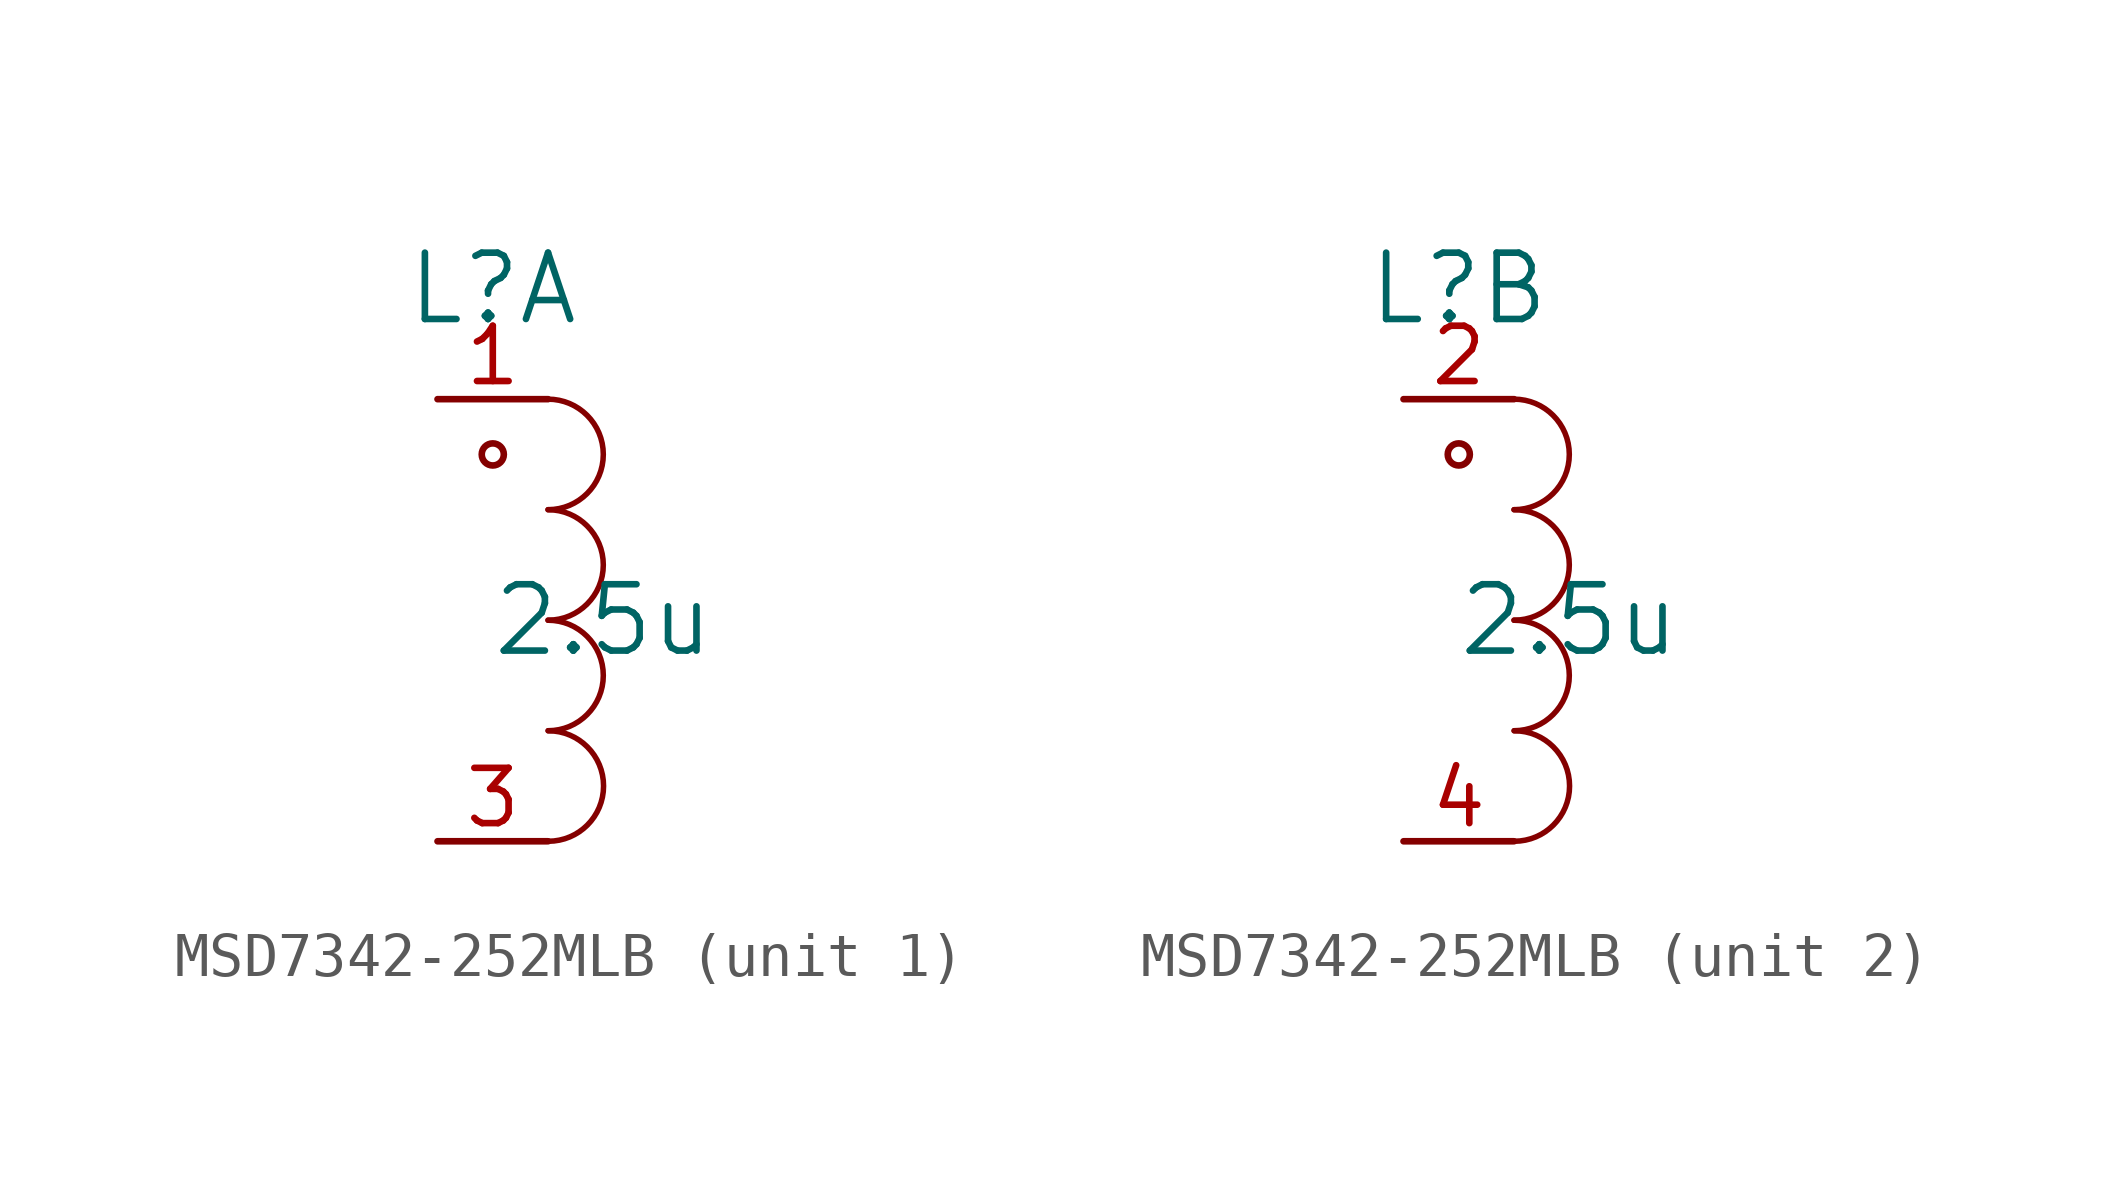
<source format=kicad_sym>
(kicad_symbol_lib
  (version 20231120)
  (generator "kicad_symbol_editor")
  (generator_version "8.0")
  (symbol "MSD7342-252MLB"
    (pin_names
      (offset 0.254))
    (property "Reference" "L"
      (at -1.27 7.62 0)
      (effects (font (size 1.524 1.524))))
    (property "Value" "2.5u"
      (at 1.27 0 0)
      (effects (font (size 1.524 1.524))))
    (symbol "MSD7342-252MLB_0_1"
      (circle (center -1.27 3.81) (radius 0.254) (stroke (width 0) (type default)) (fill (type none)))
      (arc (start 0 -2.54) (mid 1.264 -1.27) (end 0 0) (stroke (width 0.127) (type default)) (fill (type none)))
      (arc (start 0 0) (mid 1.264 1.27) (end 0 2.54) (stroke (width 0.127) (type default)) (fill (type none)))
      (arc (start 0 2.54) (mid 1.264 3.81) (end 0 5.08) (stroke (width 0.127) (type default)) (fill (type none)))
      (arc (start 0.006 -5.08) (mid 1.27 -3.81) (end 0.006 -2.54) (stroke (width 0.127) (type default)) (fill (type none))))
    (symbol "MSD7342-252MLB_1_0"
      (pin passive line (at -2.54 5.08 0) (length 2.54) (name "" (effects (font (size 1.27 1.27)))) (number "1" (effects (font (size 1.27 1.27)))))
      (pin passive line (at -2.54 -5.08 0) (length 2.54) (name "" (effects (font (size 1.27 1.27)))) (number "3" (effects (font (size 1.27 1.27))))))
    (symbol "MSD7342-252MLB_2_1"
      (pin passive line (at -2.54 5.08 0) (length 2.54) (name "" (effects (font (size 1.27 1.27)))) (number "2" (effects (font (size 1.27 1.27)))))
      (pin passive line (at -2.54 -5.08 0) (length 2.54) (name "" (effects (font (size 1.27 1.27)))) (number "4" (effects (font (size 1.27 1.27))))))))
</source>
